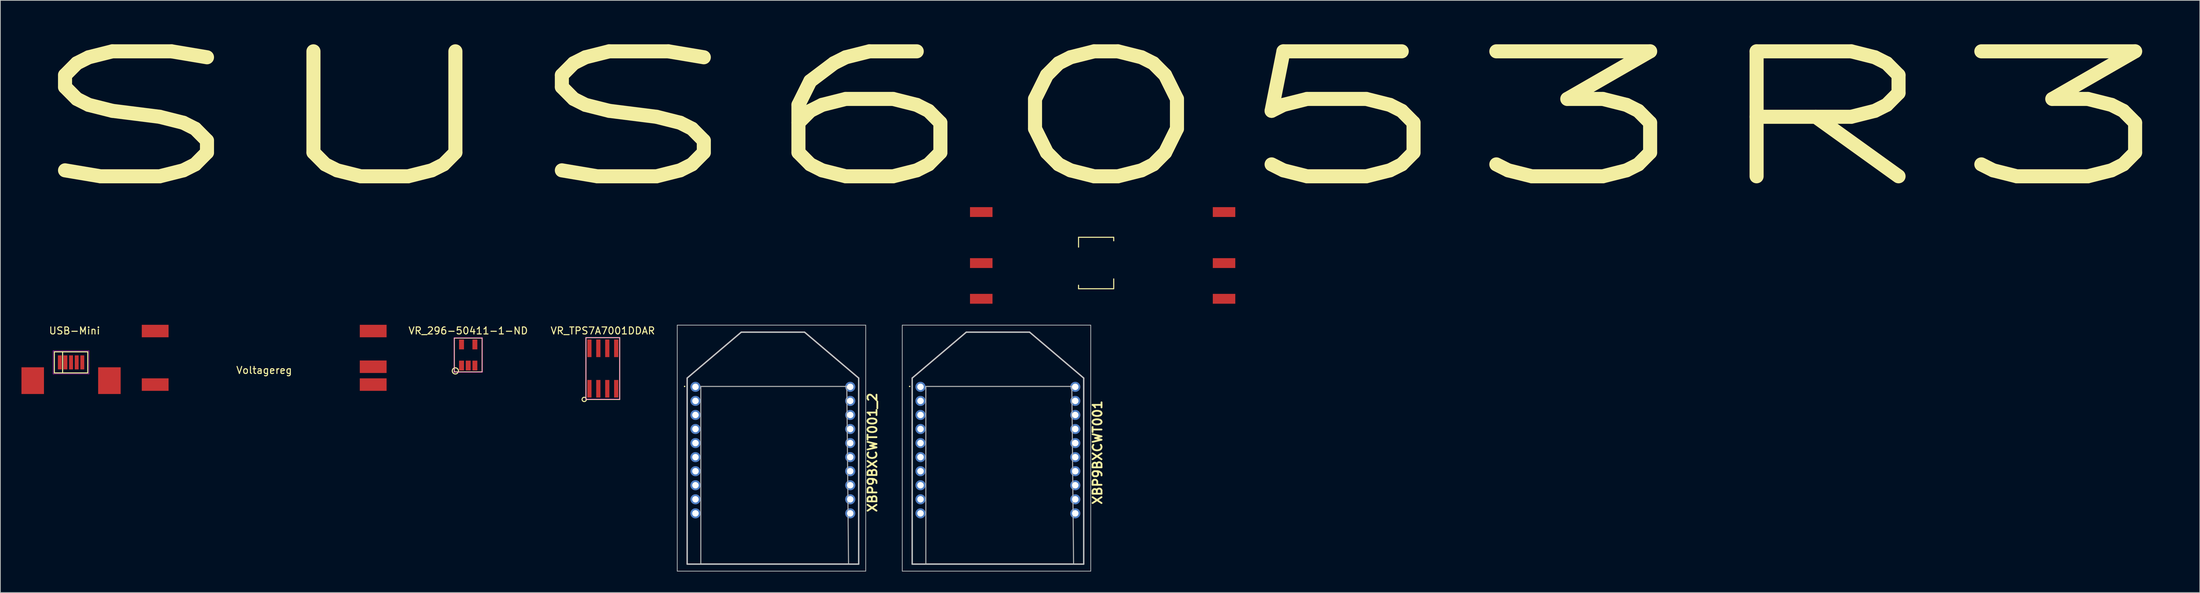
<source format=kicad_pcb>
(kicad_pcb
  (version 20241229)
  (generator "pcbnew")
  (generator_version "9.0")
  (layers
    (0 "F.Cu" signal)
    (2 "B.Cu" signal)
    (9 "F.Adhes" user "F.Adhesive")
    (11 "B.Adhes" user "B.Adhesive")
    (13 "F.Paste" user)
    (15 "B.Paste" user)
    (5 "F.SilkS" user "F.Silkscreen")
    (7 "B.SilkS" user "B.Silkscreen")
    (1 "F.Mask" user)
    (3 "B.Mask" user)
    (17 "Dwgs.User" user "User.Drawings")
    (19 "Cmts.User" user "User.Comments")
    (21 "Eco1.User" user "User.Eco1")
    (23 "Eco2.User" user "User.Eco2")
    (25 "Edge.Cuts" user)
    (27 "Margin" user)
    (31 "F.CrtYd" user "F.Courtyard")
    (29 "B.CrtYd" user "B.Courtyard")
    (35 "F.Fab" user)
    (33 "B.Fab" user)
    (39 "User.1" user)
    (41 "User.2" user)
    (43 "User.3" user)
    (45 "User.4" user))
  (footprint "USB-Mini"
    (layer "F.Cu")
    (at 7.05 48.51)
    (property "Reference" "USB-Mini" (at 0.5 -4.5 0) (layer "F.SilkS") (effects (font (size 1 1) (thickness 0.15))))
    (attr through_hole)
    (fp_line (start -2.375 -1.5) (end 2.375 -1.5) (stroke (width 0.15) (type solid)) (layer "F.SilkS"))
    (fp_line (start -2.375 1.5) (end -2.375 -1.5) (stroke (width 0.15) (type solid)) (layer "F.SilkS"))
    (fp_line (start -1.2 -1.5) (end -1.2 1.5) (stroke (width 0.15) (type solid)) (layer "F.SilkS"))
    (fp_line (start 2.375 -1.5) (end 2.375 1.5) (stroke (width 0.15) (type solid)) (layer "F.SilkS"))
    (fp_line (start 2.375 1.5) (end -2.375 1.5) (stroke (width 0.15) (type solid)) (layer "F.SilkS"))
    (fp_line (start -2.55 -1.65) (end 2.55 -1.65) (stroke (width 0.05) (type solid)) (layer "F.CrtYd"))
    (fp_line (start -2.55 1.65) (end -2.55 -1.65) (stroke (width 0.05) (type solid)) (layer "F.CrtYd"))
    (fp_line (start 2.55 -1.65) (end 2.55 1.65) (stroke (width 0.05) (type solid)) (layer "F.CrtYd"))
    (fp_line (start 2.55 1.65) (end -2.55 1.65) (stroke (width 0.05) (type solid)) (layer "F.CrtYd"))
    (pad "1" smd rect (at 1.6 0) (size 0.55 2) (layers "F.Cu" "F.Mask" "F.Paste"))
    (pad "2" smd rect (at 0.8 0) (size 0.55 2) (layers "F.Cu" "F.Mask" "F.Paste"))
    (pad "3" smd rect (at 0 0) (size 0.55 2) (layers "F.Cu" "F.Mask" "F.Paste"))
    (pad "4" smd rect (at -0.8 0) (size 0.55 2) (layers "F.Cu" "F.Mask" "F.Paste"))
    (pad "5" smd rect (at -1.6 0) (size 0.55 2) (layers "F.Cu" "F.Mask" "F.Paste"))
    (pad "6" smd rect (at -5.45 2.6) (size 3.2 3.8) (layers "F.Cu" "F.Mask" "F.Paste"))
    (pad "7" smd rect (at 5.45 2.6) (size 3.2 3.8) (layers "F.Cu" "F.Mask" "F.Paste")))
  (footprint "SUS6053R3"
    (layer "F.Cu")
    (at 153.241 34.381)
    (property "Reference" "SUS6053R3" (at 0.07 -20.47 0) (layer "F.SilkS") (effects (font (size 17.78 35.308) (thickness 2))))
    (attr smd)
    (fp_line (start -2.99 -3.67) (end 2.01 -3.67) (stroke (width 0.15) (type solid)) (layer "F.SilkS"))
    (fp_line (start -2.99 -2.27) (end -2.99 -3.67) (stroke (width 0.15) (type solid)) (layer "F.SilkS"))
    (fp_line (start -2.99 3.15) (end -2.99 3.65) (stroke (width 0.15) (type solid)) (layer "F.SilkS"))
    (fp_line (start -2.99 3.65) (end 2.01 3.65) (stroke (width 0.15) (type solid)) (layer "F.SilkS"))
    (fp_line (start 2.01 -3.67) (end 2.01 -3.17) (stroke (width 0.15) (type solid)) (layer "F.SilkS"))
    (fp_line (start 2.01 3.65) (end 2.01 2.25) (stroke (width 0.15) (type solid)) (layer "F.SilkS"))
    (pad "1" smd rect (at -16.82 5.08 90) (size 1.4 3.2) (layers "F.Cu" "F.Mask" "F.Paste"))
    (pad "2" smd rect (at 17.69 5.08 90) (size 1.4 3.2) (layers "F.Cu" "F.Mask" "F.Paste"))
    (pad "3" smd rect (at -16.82 0 90) (size 1.4 3.2) (layers "F.Cu" "F.Mask" "F.Paste"))
    (pad "4" smd rect (at 17.69 0 90) (size 1.4 3.2) (layers "F.Cu" "F.Mask" "F.Paste"))
    (pad "5" smd rect (at -16.82 -7.26 90) (size 1.4 3.2) (layers "F.Cu" "F.Mask" "F.Paste"))
    (pad "6" smd rect (at 17.69 -7.26 90) (size 1.4 3.2) (layers "F.Cu" "F.Mask" "F.Paste")))
  (footprint "XBP9BXCWT001"
    (layer "F.Cu")
    (at 127.795 51.931)
    (property "Reference" "XBP9BXCWT001" (at 25.146 9.398 270) (layer "F.SilkS") (effects (font (size 1.27 1.27) (thickness 0.254))))
    (attr through_hole)
    (fp_line (start -1.6 0) (end -1.6 0) (stroke (width 0.1) (type solid)) (layer "F.SilkS"))
    (fp_line (start -1.5 0) (end -1.5 0) (stroke (width 0.1) (type solid)) (layer "F.SilkS"))
    (fp_line (start -1.19 -1.19) (end -1.19 25.28) (stroke (width 0.1) (type solid)) (layer "F.SilkS"))
    (fp_line (start -1.19 25.28) (end 23.19 25.28) (stroke (width 0.1) (type solid)) (layer "F.SilkS"))
    (fp_line (start 6.5 -7.72) (end -1.19 -1.19) (stroke (width 0.1) (type solid)) (layer "F.SilkS"))
    (fp_line (start 15.5 -7.72) (end 6.5 -7.72) (stroke (width 0.1) (type solid)) (layer "F.SilkS"))
    (fp_line (start 23.19 -1.19) (end 15.5 -7.72) (stroke (width 0.1) (type solid)) (layer "F.SilkS"))
    (fp_line (start 23.19 25.28) (end 23.19 -1.19) (stroke (width 0.1) (type solid)) (layer "F.SilkS"))
    (fp_arc (start -1.6 0) (mid -1.55 -0.05) (end -1.5 0) (stroke (width 0.1) (type solid)) (layer "F.SilkS"))
    (fp_arc (start -1.5 0) (mid -1.55 0.05) (end -1.6 0) (stroke (width 0.1) (type solid)) (layer "F.SilkS"))
    (fp_line (start -2.6 -8.72) (end 24.19 -8.72) (stroke (width 0.1) (type solid)) (layer "Dwgs.User"))
    (fp_line (start -2.6 26.28) (end -2.6 -8.72) (stroke (width 0.1) (type solid)) (layer "Dwgs.User"))
    (fp_line (start -1.19 -1.19) (end -1.19 25.28) (stroke (width 0.2) (type solid)) (layer "Dwgs.User"))
    (fp_line (start -1.19 25.28) (end 23.19 25.28) (stroke (width 0.2) (type solid)) (layer "Dwgs.User"))
    (fp_line (start 6.5 -7.72) (end -1.19 -1.19) (stroke (width 0.2) (type solid)) (layer "Dwgs.User"))
    (fp_line (start 15.5 -7.72) (end 6.5 -7.72) (stroke (width 0.2) (type solid)) (layer "Dwgs.User"))
    (fp_line (start 23.19 -1.19) (end 15.5 -7.72) (stroke (width 0.2) (type solid)) (layer "Dwgs.User"))
    (fp_line (start 23.19 25.28) (end 23.19 -1.19) (stroke (width 0.2) (type solid)) (layer "Dwgs.User"))
    (fp_line (start 24.19 -8.72) (end 24.19 26.28) (stroke (width 0.1) (type solid)) (layer "Dwgs.User"))
    (fp_line (start 24.19 26.28) (end -2.6 26.28) (stroke (width 0.1) (type solid)) (layer "Dwgs.User"))
    (fp_line (start 0.75 0) (end 0.75 25.25) (stroke (width 0.15) (type solid)) (layer "F.Fab"))
    (fp_line (start 0.75 25.25) (end 21.75 25.25) (stroke (width 0.15) (type solid)) (layer "F.Fab"))
    (fp_line (start 21.5 0) (end 0.75 0) (stroke (width 0.15) (type solid)) (layer "F.Fab"))
    (fp_line (start 21.75 25.25) (end 21.5 0) (stroke (width 0.15) (type solid)) (layer "F.Fab"))
    (pad "1" thru_hole circle (at -0.01 0.06 90) (size 1.431 1.431) (drill 0.92) (layers "*.Cu" "*.Mask"))
    (pad "2" thru_hole circle (at -0.01 2.06 90) (size 1.431 1.431) (drill 0.92) (layers "*.Cu" "*.Mask"))
    (pad "3" thru_hole circle (at -0.01 4.06 90) (size 1.431 1.431) (drill 0.92) (layers "*.Cu" "*.Mask"))
    (pad "4" thru_hole circle (at -0.01 6.06 90) (size 1.431 1.431) (drill 0.92) (layers "*.Cu" "*.Mask"))
    (pad "5" thru_hole circle (at -0.01 8.06 90) (size 1.431 1.431) (drill 0.92) (layers "*.Cu" "*.Mask"))
    (pad "6" thru_hole circle (at -0.01 10.06 90) (size 1.431 1.431) (drill 0.92) (layers "*.Cu" "*.Mask"))
    (pad "7" thru_hole circle (at -0.01 12.06 90) (size 1.431 1.431) (drill 0.92) (layers "*.Cu" "*.Mask"))
    (pad "8" thru_hole circle (at -0.01 14.06 90) (size 1.431 1.431) (drill 0.92) (layers "*.Cu" "*.Mask"))
    (pad "9" thru_hole circle (at -0.01 16.06 90) (size 1.431 1.431) (drill 0.92) (layers "*.Cu" "*.Mask"))
    (pad "10" thru_hole circle (at -0.01 18.06 90) (size 1.431 1.431) (drill 0.92) (layers "*.Cu" "*.Mask"))
    (pad "11" thru_hole circle (at 21.99 18.06 90) (size 1.431 1.431) (drill 0.92) (layers "*.Cu" "*.Mask"))
    (pad "12" thru_hole circle (at 21.99 16.06 90) (size 1.431 1.431) (drill 0.92) (layers "*.Cu" "*.Mask"))
    (pad "13" thru_hole circle (at 21.99 14.06 90) (size 1.431 1.431) (drill 0.92) (layers "*.Cu" "*.Mask"))
    (pad "14" thru_hole circle (at 21.99 12.06 90) (size 1.431 1.431) (drill 0.92) (layers "*.Cu" "*.Mask"))
    (pad "15" thru_hole circle (at 21.99 10.06 90) (size 1.431 1.431) (drill 0.92) (layers "*.Cu" "*.Mask"))
    (pad "16" thru_hole circle (at 21.99 8.06 90) (size 1.431 1.431) (drill 0.92) (layers "*.Cu" "*.Mask"))
    (pad "17" thru_hole circle (at 21.99 6.06 90) (size 1.431 1.431) (drill 0.92) (layers "*.Cu" "*.Mask"))
    (pad "18" thru_hole circle (at 21.99 4.06 90) (size 1.431 1.431) (drill 0.92) (layers "*.Cu" "*.Mask"))
    (pad "19" thru_hole circle (at 21.99 2.06 90) (size 1.431 1.431) (drill 0.92) (layers "*.Cu" "*.Mask"))
    (pad "20" thru_hole circle (at 21.99 0.06 90) (size 1.431 1.431) (drill 0.92) (layers "*.Cu" "*.Mask")))
  (footprint "XBP9BXCWT001_2"
    (layer "F.Cu")
    (at 95.81 51.931)
    (property "Reference" "XBP9BXCWT001_2" (at 25.146 9.398 270) (layer "F.SilkS") (effects (font (size 1.27 1.27) (thickness 0.254))))
    (attr through_hole)
    (fp_line (start -1.6 0) (end -1.6 0) (stroke (width 0.1) (type solid)) (layer "F.SilkS"))
    (fp_line (start -1.5 0) (end -1.5 0) (stroke (width 0.1) (type solid)) (layer "F.SilkS"))
    (fp_line (start -1.19 -1.19) (end -1.19 25.28) (stroke (width 0.1) (type solid)) (layer "F.SilkS"))
    (fp_line (start -1.19 25.28) (end 23.19 25.28) (stroke (width 0.1) (type solid)) (layer "F.SilkS"))
    (fp_line (start 6.5 -7.72) (end -1.19 -1.19) (stroke (width 0.1) (type solid)) (layer "F.SilkS"))
    (fp_line (start 15.5 -7.72) (end 6.5 -7.72) (stroke (width 0.1) (type solid)) (layer "F.SilkS"))
    (fp_line (start 23.19 -1.19) (end 15.5 -7.72) (stroke (width 0.1) (type solid)) (layer "F.SilkS"))
    (fp_line (start 23.19 25.28) (end 23.19 -1.19) (stroke (width 0.1) (type solid)) (layer "F.SilkS"))
    (fp_arc (start -1.6 0) (mid -1.55 -0.05) (end -1.5 0) (stroke (width 0.1) (type solid)) (layer "F.SilkS"))
    (fp_arc (start -1.5 0) (mid -1.55 0.05) (end -1.6 0) (stroke (width 0.1) (type solid)) (layer "F.SilkS"))
    (fp_line (start -2.6 -8.72) (end 24.19 -8.72) (stroke (width 0.1) (type solid)) (layer "Dwgs.User"))
    (fp_line (start -2.6 26.28) (end -2.6 -8.72) (stroke (width 0.1) (type solid)) (layer "Dwgs.User"))
    (fp_line (start -1.19 -1.19) (end -1.19 25.28) (stroke (width 0.2) (type solid)) (layer "Dwgs.User"))
    (fp_line (start -1.19 25.28) (end 23.19 25.28) (stroke (width 0.2) (type solid)) (layer "Dwgs.User"))
    (fp_line (start 6.5 -7.72) (end -1.19 -1.19) (stroke (width 0.2) (type solid)) (layer "Dwgs.User"))
    (fp_line (start 15.5 -7.72) (end 6.5 -7.72) (stroke (width 0.2) (type solid)) (layer "Dwgs.User"))
    (fp_line (start 23.19 -1.19) (end 15.5 -7.72) (stroke (width 0.2) (type solid)) (layer "Dwgs.User"))
    (fp_line (start 23.19 25.28) (end 23.19 -1.19) (stroke (width 0.2) (type solid)) (layer "Dwgs.User"))
    (fp_line (start 24.19 -8.72) (end 24.19 26.28) (stroke (width 0.1) (type solid)) (layer "Dwgs.User"))
    (fp_line (start 24.19 26.28) (end -2.6 26.28) (stroke (width 0.1) (type solid)) (layer "Dwgs.User"))
    (fp_line (start 0.75 0) (end 0.75 25.25) (stroke (width 0.15) (type solid)) (layer "F.Fab"))
    (fp_line (start 0.75 25.25) (end 21.75 25.25) (stroke (width 0.15) (type solid)) (layer "F.Fab"))
    (fp_line (start 21.5 0) (end 0.75 0) (stroke (width 0.15) (type solid)) (layer "F.Fab"))
    (fp_line (start 21.75 25.25) (end 21.5 0) (stroke (width 0.15) (type solid)) (layer "F.Fab"))
    (pad "1" thru_hole circle (at -0.01 0.06 90) (size 1.431 1.431) (drill 0.92) (layers "*.Cu" "*.Mask"))
    (pad "2" thru_hole circle (at -0.01 2.06 90) (size 1.431 1.431) (drill 0.92) (layers "*.Cu" "*.Mask"))
    (pad "3" thru_hole circle (at -0.01 4.06 90) (size 1.431 1.431) (drill 0.92) (layers "*.Cu" "*.Mask"))
    (pad "4" thru_hole circle (at -0.01 6.06 90) (size 1.431 1.431) (drill 0.92) (layers "*.Cu" "*.Mask"))
    (pad "5" thru_hole circle (at -0.01 8.06 90) (size 1.431 1.431) (drill 0.92) (layers "*.Cu" "*.Mask"))
    (pad "6" thru_hole circle (at -0.01 10.06 90) (size 1.431 1.431) (drill 0.92) (layers "*.Cu" "*.Mask"))
    (pad "7" thru_hole circle (at -0.01 12.06 90) (size 1.431 1.431) (drill 0.92) (layers "*.Cu" "*.Mask"))
    (pad "8" thru_hole circle (at -0.01 14.06 90) (size 1.431 1.431) (drill 0.92) (layers "*.Cu" "*.Mask"))
    (pad "9" thru_hole circle (at -0.01 16.06 90) (size 1.431 1.431) (drill 0.92) (layers "*.Cu" "*.Mask"))
    (pad "10" thru_hole circle (at -0.01 18.06 90) (size 1.431 1.431) (drill 0.92) (layers "*.Cu" "*.Mask"))
    (pad "11" thru_hole circle (at 21.99 18.06 90) (size 1.431 1.431) (drill 0.92) (layers "*.Cu" "*.Mask"))
    (pad "12" thru_hole circle (at 21.99 16.06 90) (size 1.431 1.431) (drill 0.92) (layers "*.Cu" "*.Mask"))
    (pad "13" thru_hole circle (at 21.99 14.06 90) (size 1.431 1.431) (drill 0.92) (layers "*.Cu" "*.Mask"))
    (pad "14" thru_hole circle (at 21.99 12.06 90) (size 1.431 1.431) (drill 0.92) (layers "*.Cu" "*.Mask"))
    (pad "15" thru_hole circle (at 21.99 10.06 90) (size 1.431 1.431) (drill 0.92) (layers "*.Cu" "*.Mask"))
    (pad "16" thru_hole circle (at 21.99 8.06 90) (size 1.431 1.431) (drill 0.92) (layers "*.Cu" "*.Mask"))
    (pad "17" thru_hole circle (at 21.99 6.06 90) (size 1.431 1.431) (drill 0.92) (layers "*.Cu" "*.Mask"))
    (pad "18" thru_hole circle (at 21.99 4.06 90) (size 1.431 1.431) (drill 0.92) (layers "*.Cu" "*.Mask"))
    (pad "19" thru_hole circle (at 21.99 2.06 90) (size 1.431 1.431) (drill 0.92) (layers "*.Cu" "*.Mask"))
    (pad "20" thru_hole circle (at 21.99 0.06 90) (size 1.431 1.431) (drill 0.92) (layers "*.Cu" "*.Mask")))
  (footprint "VR_TPS7A7001DDAR"
    (layer "F.Cu")
    (at 82.63 49.385)
    (property "Reference" "VR_TPS7A7001DDAR" (at 0 -5.375 0) (layer "F.SilkS") (effects (font (size 1 1) (thickness 0.15))))
    (attr smd)
    (fp_line (start -2.4 4.386) (end -2.4 -4.394) (stroke (width 0.15) (type solid)) (layer "F.SilkS"))
    (fp_line (start 2.4 -4.394) (end -2.4 -4.394) (stroke (width 0.15) (type solid)) (layer "F.SilkS"))
    (fp_line (start 2.4 -4.39) (end 2.4 4.39) (stroke (width 0.15) (type solid)) (layer "F.SilkS"))
    (fp_line (start 2.4 4.394) (end -2.4 4.394) (stroke (width 0.15) (type solid)) (layer "F.SilkS"))
    (fp_circle (center -2.642 4.394) (end -2.642 4.089) (stroke (width 0.15) (type solid)) (fill no) (layer "F.SilkS"))
    (fp_line (start -2.4 -4.394) (end -2.4 4.356) (stroke (width 0.05) (type solid)) (layer "F.CrtYd"))
    (fp_line (start -2.4 -4.394) (end 2.4 -4.394) (stroke (width 0.05) (type solid)) (layer "F.CrtYd"))
    (fp_line (start -2.4 4.356) (end 2.4 4.356) (stroke (width 0.05) (type solid)) (layer "F.CrtYd"))
    (fp_line (start 2.4 -4.394) (end 2.4 4.356) (stroke (width 0.05) (type solid)) (layer "F.CrtYd"))
    (pad "1" smd rect (at -1.905 2.875) (size 0.6 2.5) (layers "F.Cu" "F.Mask" "F.Paste"))
    (pad "2" smd rect (at -0.635 2.875) (size 0.6 2.5) (layers "F.Cu" "F.Mask" "F.Paste"))
    (pad "3" smd rect (at 0.635 2.875) (size 0.6 2.5) (layers "F.Cu" "F.Mask" "F.Paste"))
    (pad "4" smd rect (at 1.905 2.875) (size 0.6 2.5) (layers "F.Cu" "F.Mask" "F.Paste"))
    (pad "5" smd rect (at 1.905 -2.875) (size 0.6 2.5) (layers "F.Cu" "F.Mask" "F.Paste"))
    (pad "6" smd rect (at 0.635 -2.875) (size 0.6 2.5) (layers "F.Cu" "F.Mask" "F.Paste"))
    (pad "7" smd rect (at -0.635 -2.875) (size 0.6 2.5) (layers "F.Cu" "F.Mask" "F.Paste"))
    (pad "8" smd rect (at -1.905 -2.875) (size 0.6 2.5) (layers "F.Cu" "F.Mask" "F.Paste")))
  (footprint "VR_296-50411-1-ND"
    (layer "F.Cu")
    (at 63.499 47.46)
    (property "Reference" "VR_296-50411-1-ND" (at 0 -3.45 0) (layer "F.SilkS") (effects (font (size 1 1) (thickness 0.15))))
    (attr smd)
    (fp_line (start -1.981 -2.413) (end 1.956 -2.413) (stroke (width 0.15) (type solid)) (layer "F.SilkS"))
    (fp_line (start -1.981 2.413) (end -1.981 -2.413) (stroke (width 0.15) (type solid)) (layer "F.SilkS"))
    (fp_line (start 1.981 -2.438) (end 1.981 2.413) (stroke (width 0.15) (type solid)) (layer "F.SilkS"))
    (fp_line (start 1.981 2.413) (end -1.981 2.413) (stroke (width 0.15) (type solid)) (layer "F.SilkS"))
    (fp_circle (center -1.829 2.261) (end -1.905 2.692) (stroke (width 0.15) (type solid)) (fill no) (layer "F.SilkS"))
    (fp_line (start -2 -2.45) (end -2 2.45) (stroke (width 0.05) (type solid)) (layer "F.CrtYd"))
    (fp_line (start -2 -2.45) (end 2 -2.45) (stroke (width 0.05) (type solid)) (layer "F.CrtYd"))
    (fp_line (start -2 2.45) (end 2 2.45) (stroke (width 0.05) (type solid)) (layer "F.CrtYd"))
    (fp_line (start 2 -2.45) (end 2 2.45) (stroke (width 0.05) (type solid)) (layer "F.CrtYd"))
    (pad "1" smd rect (at -0.95 1.5) (size 0.7 1.4) (layers "F.Cu" "F.Mask" "F.Paste"))
    (pad "2" smd rect (at 0 1.5) (size 0.7 1.4) (layers "F.Cu" "F.Mask" "F.Paste"))
    (pad "3" smd rect (at 0.95 1.5) (size 0.7 1.4) (layers "F.Cu" "F.Mask" "F.Paste"))
    (pad "4" smd rect (at 0.95 -1.5) (size 0.7 1.4) (layers "F.Cu" "F.Mask" "F.Paste"))
    (pad "5" smd rect (at -0.95 -1.5) (size 0.7 1.4) (layers "F.Cu" "F.Mask" "F.Paste")))
  (footprint "Voltagereg"
    (layer "F.Cu")
    (at 34.499 49.13)
    (property "Reference" "Voltagereg" (at 0 0.5 0) (layer "F.SilkS") (effects (font (size 1 1) (thickness 0.15))))
    (attr through_hole)
    (pad "1" smd rect (at -15.494 -5.08 180) (size 3.81 1.778) (layers "F.Cu" "F.Mask" "F.Paste"))
    (pad "1" smd rect (at -15.494 2.54 180) (size 3.81 1.778) (layers "F.Cu" "F.Mask" "F.Paste"))
    (pad "1" smd rect (at 15.494 -5.08 180) (size 3.81 1.778) (layers "F.Cu" "F.Mask" "F.Paste"))
    (pad "1" smd rect (at 15.494 0 180) (size 3.81 1.778) (layers "F.Cu" "F.Mask" "F.Paste"))
    (pad "1" smd rect (at 15.494 2.54 180) (size 3.81 1.778) (layers "F.Cu" "F.Mask" "F.Paste")))
  (gr_rect
    (start -3 -3)
    (end 309.622 81.261)
    (stroke (width 0.1) (type default))
    (fill no)
    (layer "Edge.Cuts")))
</source>
